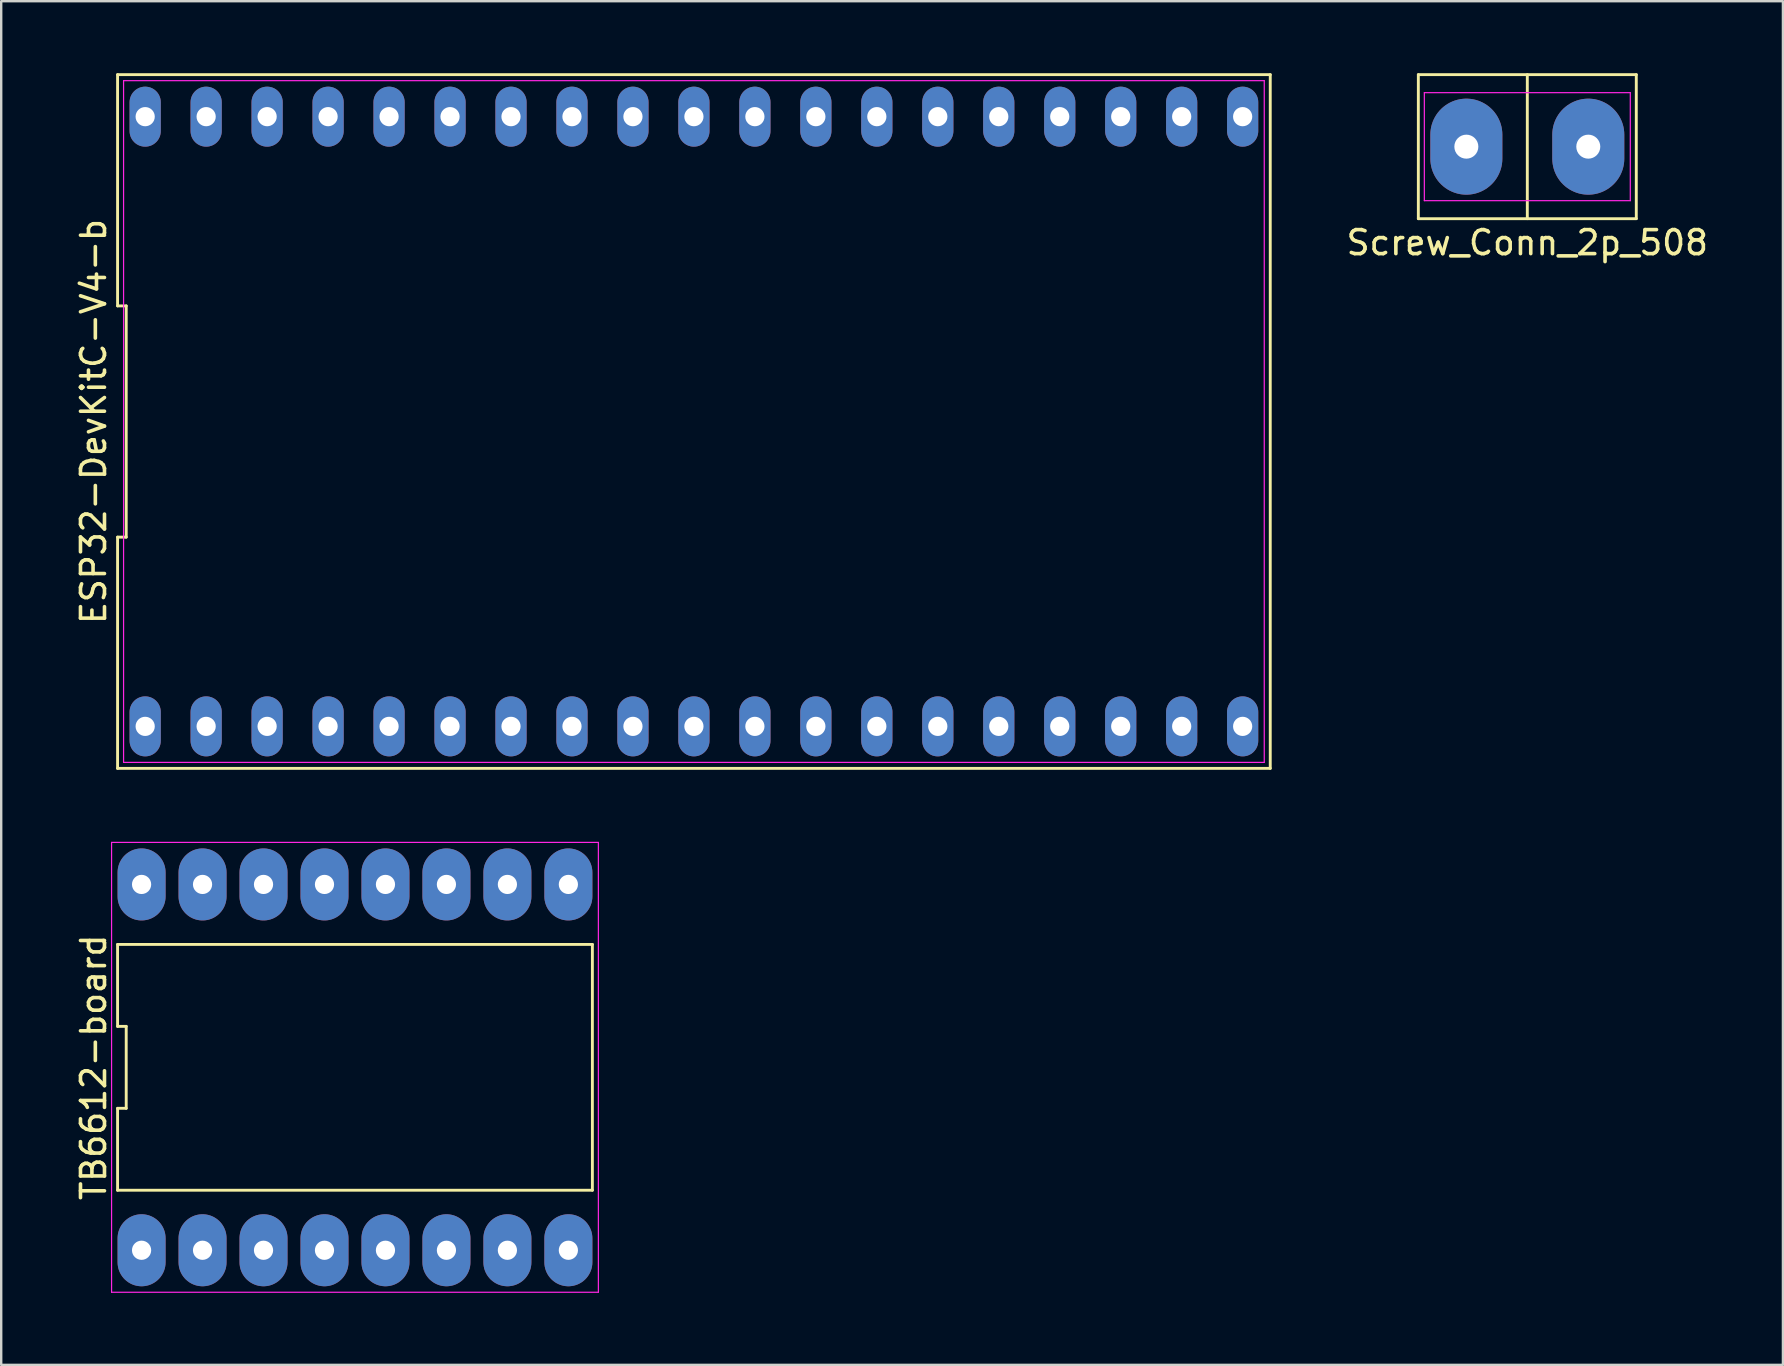
<source format=kicad_pcb>
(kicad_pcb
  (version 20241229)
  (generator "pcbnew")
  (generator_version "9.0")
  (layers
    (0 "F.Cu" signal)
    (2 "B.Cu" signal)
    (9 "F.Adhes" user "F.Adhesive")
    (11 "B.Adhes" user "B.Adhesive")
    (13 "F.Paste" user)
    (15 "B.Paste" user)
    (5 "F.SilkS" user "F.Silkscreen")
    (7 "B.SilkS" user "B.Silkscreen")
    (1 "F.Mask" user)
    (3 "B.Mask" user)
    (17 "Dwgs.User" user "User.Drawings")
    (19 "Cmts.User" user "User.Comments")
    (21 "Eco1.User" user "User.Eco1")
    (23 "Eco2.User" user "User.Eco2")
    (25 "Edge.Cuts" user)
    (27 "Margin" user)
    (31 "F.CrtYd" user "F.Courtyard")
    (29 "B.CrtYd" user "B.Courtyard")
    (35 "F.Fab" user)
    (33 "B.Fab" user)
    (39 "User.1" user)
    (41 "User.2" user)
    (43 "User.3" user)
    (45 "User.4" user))
  (footprint "Screw_Conn_2p_508"
    (layer "F.Cu")
    (at 60.577 3.06)
    (property "Reference" "Screw_Conn_2p_508" (at 0 4 0) (layer "F.SilkS") (effects (font (size 1 1) (thickness 0.15))))
    (attr through_hole)
    (fp_line (start -4.54 -3) (end 4.54 -3) (stroke (width 0.12) (type solid)) (layer "F.SilkS"))
    (fp_line (start -4.54 3) (end -4.54 -3) (stroke (width 0.12) (type solid)) (layer "F.SilkS"))
    (fp_line (start 0 -3) (end 0 3) (stroke (width 0.12) (type solid)) (layer "F.SilkS"))
    (fp_line (start 4.54 -3) (end 4.54 3) (stroke (width 0.12) (type solid)) (layer "F.SilkS"))
    (fp_line (start 4.54 3) (end -4.54 3) (stroke (width 0.12) (type solid)) (layer "F.SilkS"))
    (fp_line (start -4.29 -2.25) (end 4.29 -2.25) (stroke (width 0.05) (type solid)) (layer "F.CrtYd"))
    (fp_line (start -4.29 2.25) (end -4.29 -2.25) (stroke (width 0.05) (type solid)) (layer "F.CrtYd"))
    (fp_line (start 4.29 -2.25) (end 4.29 2.25) (stroke (width 0.05) (type solid)) (layer "F.CrtYd"))
    (fp_line (start 4.29 2.25) (end -4.29 2.25) (stroke (width 0.05) (type solid)) (layer "F.CrtYd"))
    (pad "1" thru_hole oval (at -2.54 0) (size 3 4) (drill 1) (layers "*.Cu" "*.Mask"))
    (pad "2" thru_hole oval (at 2.54 0) (size 3 4) (drill 1) (layers "*.Cu" "*.Mask")))
  (footprint "TB6612-board"
    (layer "F.Cu")
    (at 11.738 41.415)
    (property "Reference" "TB6612-board" (at -10.89 0 90) (layer "F.SilkS") (effects (font (size 1 1) (thickness 0.15))))
    (attr through_hole)
    (fp_line (start -9.89 -5.12) (end -9.89 -1.707) (stroke (width 0.12) (type solid)) (layer "F.SilkS"))
    (fp_line (start -9.89 -1.707) (end -9.53 -1.707) (stroke (width 0.12) (type solid)) (layer "F.SilkS"))
    (fp_line (start -9.89 1.707) (end -9.89 5.12) (stroke (width 0.12) (type solid)) (layer "F.SilkS"))
    (fp_line (start -9.89 5.12) (end 9.89 5.12) (stroke (width 0.12) (type solid)) (layer "F.SilkS"))
    (fp_line (start -9.53 -1.707) (end -9.53 1.707) (stroke (width 0.12) (type solid)) (layer "F.SilkS"))
    (fp_line (start -9.53 1.707) (end -9.89 1.707) (stroke (width 0.12) (type solid)) (layer "F.SilkS"))
    (fp_line (start 9.89 -5.12) (end -9.89 -5.12) (stroke (width 0.12) (type solid)) (layer "F.SilkS"))
    (fp_line (start 9.89 5.12) (end 9.89 -5.12) (stroke (width 0.12) (type solid)) (layer "F.SilkS"))
    (fp_line (start -10.14 -9.37) (end 10.14 -9.37) (stroke (width 0.05) (type solid)) (layer "F.CrtYd"))
    (fp_line (start -10.14 9.37) (end -10.14 -9.37) (stroke (width 0.05) (type solid)) (layer "F.CrtYd"))
    (fp_line (start 10.14 -9.37) (end 10.14 9.37) (stroke (width 0.05) (type solid)) (layer "F.CrtYd"))
    (fp_line (start 10.14 9.37) (end -10.14 9.37) (stroke (width 0.05) (type solid)) (layer "F.CrtYd"))
    (pad "1" thru_hole oval (at -8.89 7.62) (size 2 3) (drill 0.8) (layers "*.Cu" "*.Mask"))
    (pad "2" thru_hole oval (at -6.35 7.62) (size 2 3) (drill 0.8) (layers "*.Cu" "*.Mask"))
    (pad "3" thru_hole oval (at -3.81 7.62) (size 2 3) (drill 0.8) (layers "*.Cu" "*.Mask"))
    (pad "4" thru_hole oval (at -1.27 7.62) (size 2 3) (drill 0.8) (layers "*.Cu" "*.Mask"))
    (pad "5" thru_hole oval (at 1.27 7.62) (size 2 3) (drill 0.8) (layers "*.Cu" "*.Mask"))
    (pad "6" thru_hole oval (at 3.81 7.62) (size 2 3) (drill 0.8) (layers "*.Cu" "*.Mask"))
    (pad "7" thru_hole oval (at 6.35 7.62) (size 2 3) (drill 0.8) (layers "*.Cu" "*.Mask"))
    (pad "8" thru_hole oval (at 8.89 7.62) (size 2 3) (drill 0.8) (layers "*.Cu" "*.Mask"))
    (pad "9" thru_hole oval (at 8.89 -7.62) (size 2 3) (drill 0.8) (layers "*.Cu" "*.Mask"))
    (pad "10" thru_hole oval (at 6.35 -7.62) (size 2 3) (drill 0.8) (layers "*.Cu" "*.Mask"))
    (pad "11" thru_hole oval (at 3.81 -7.62) (size 2 3) (drill 0.8) (layers "*.Cu" "*.Mask"))
    (pad "12" thru_hole oval (at 1.27 -7.62) (size 2 3) (drill 0.8) (layers "*.Cu" "*.Mask"))
    (pad "13" thru_hole oval (at -1.27 -7.62) (size 2 3) (drill 0.8) (layers "*.Cu" "*.Mask"))
    (pad "14" thru_hole oval (at -3.81 -7.62) (size 2 3) (drill 0.8) (layers "*.Cu" "*.Mask"))
    (pad "15" thru_hole oval (at -6.35 -7.62) (size 2 3) (drill 0.8) (layers "*.Cu" "*.Mask"))
    (pad "16" thru_hole oval (at -8.89 -7.62) (size 2 3) (drill 0.8) (layers "*.Cu" "*.Mask")))
  (footprint "ESP32-DevKitC-V4-b"
    (layer "F.Cu")
    (at 25.858 14.51)
    (property "Reference" "ESP32-DevKitC-V4-b" (at -25.01 0 90) (layer "F.SilkS") (effects (font (size 1 1) (thickness 0.15))))
    (attr through_hole)
    (fp_line (start -24.01 -14.45) (end -24.01 -4.817) (stroke (width 0.12) (type solid)) (layer "F.SilkS"))
    (fp_line (start -24.01 -4.817) (end -23.65 -4.817) (stroke (width 0.12) (type solid)) (layer "F.SilkS"))
    (fp_line (start -24.01 4.817) (end -24.01 14.45) (stroke (width 0.12) (type solid)) (layer "F.SilkS"))
    (fp_line (start -24.01 14.45) (end 24.01 14.45) (stroke (width 0.12) (type solid)) (layer "F.SilkS"))
    (fp_line (start -23.65 -4.817) (end -23.65 4.817) (stroke (width 0.12) (type solid)) (layer "F.SilkS"))
    (fp_line (start -23.65 4.817) (end -24.01 4.817) (stroke (width 0.12) (type solid)) (layer "F.SilkS"))
    (fp_line (start 24.01 -14.45) (end -24.01 -14.45) (stroke (width 0.12) (type solid)) (layer "F.SilkS"))
    (fp_line (start 24.01 14.45) (end 24.01 -14.45) (stroke (width 0.12) (type solid)) (layer "F.SilkS"))
    (fp_line (start -23.76 -14.2) (end 23.76 -14.2) (stroke (width 0.05) (type solid)) (layer "F.CrtYd"))
    (fp_line (start -23.76 14.2) (end -23.76 -14.2) (stroke (width 0.05) (type solid)) (layer "F.CrtYd"))
    (fp_line (start 23.76 -14.2) (end 23.76 14.2) (stroke (width 0.05) (type solid)) (layer "F.CrtYd"))
    (fp_line (start 23.76 14.2) (end -23.76 14.2) (stroke (width 0.05) (type solid)) (layer "F.CrtYd"))
    (pad "1" thru_hole oval (at -22.86 12.7) (size 1.3 2.5) (drill 0.8) (layers "*.Cu" "*.Mask"))
    (pad "2" thru_hole oval (at -20.32 12.7) (size 1.3 2.5) (drill 0.8) (layers "*.Cu" "*.Mask"))
    (pad "3" thru_hole oval (at -17.78 12.7) (size 1.3 2.5) (drill 0.8) (layers "*.Cu" "*.Mask"))
    (pad "4" thru_hole oval (at -15.24 12.7) (size 1.3 2.5) (drill 0.8) (layers "*.Cu" "*.Mask"))
    (pad "5" thru_hole oval (at -12.7 12.7) (size 1.3 2.5) (drill 0.8) (layers "*.Cu" "*.Mask"))
    (pad "6" thru_hole oval (at -10.16 12.7) (size 1.3 2.5) (drill 0.8) (layers "*.Cu" "*.Mask"))
    (pad "7" thru_hole oval (at -7.62 12.7) (size 1.3 2.5) (drill 0.8) (layers "*.Cu" "*.Mask"))
    (pad "8" thru_hole oval (at -5.08 12.7) (size 1.3 2.5) (drill 0.8) (layers "*.Cu" "*.Mask"))
    (pad "9" thru_hole oval (at -2.54 12.7) (size 1.3 2.5) (drill 0.8) (layers "*.Cu" "*.Mask"))
    (pad "10" thru_hole oval (at 0 12.7) (size 1.3 2.5) (drill 0.8) (layers "*.Cu" "*.Mask"))
    (pad "11" thru_hole oval (at 2.54 12.7) (size 1.3 2.5) (drill 0.8) (layers "*.Cu" "*.Mask"))
    (pad "12" thru_hole oval (at 5.08 12.7) (size 1.3 2.5) (drill 0.8) (layers "*.Cu" "*.Mask"))
    (pad "13" thru_hole oval (at 7.62 12.7) (size 1.3 2.5) (drill 0.8) (layers "*.Cu" "*.Mask"))
    (pad "14" thru_hole oval (at 10.16 12.7) (size 1.3 2.5) (drill 0.8) (layers "*.Cu" "*.Mask"))
    (pad "15" thru_hole oval (at 12.7 12.7) (size 1.3 2.5) (drill 0.8) (layers "*.Cu" "*.Mask"))
    (pad "16" thru_hole oval (at 15.24 12.7) (size 1.3 2.5) (drill 0.8) (layers "*.Cu" "*.Mask"))
    (pad "17" thru_hole oval (at 17.78 12.7) (size 1.3 2.5) (drill 0.8) (layers "*.Cu" "*.Mask"))
    (pad "18" thru_hole oval (at 20.32 12.7) (size 1.3 2.5) (drill 0.8) (layers "*.Cu" "*.Mask"))
    (pad "19" thru_hole oval (at 22.86 12.7) (size 1.3 2.5) (drill 0.8) (layers "*.Cu" "*.Mask"))
    (pad "20" thru_hole oval (at 22.86 -12.7) (size 1.3 2.5) (drill 0.8) (layers "*.Cu" "*.Mask"))
    (pad "21" thru_hole oval (at 20.32 -12.7) (size 1.3 2.5) (drill 0.8) (layers "*.Cu" "*.Mask"))
    (pad "22" thru_hole oval (at 17.78 -12.7) (size 1.3 2.5) (drill 0.8) (layers "*.Cu" "*.Mask"))
    (pad "23" thru_hole oval (at 15.24 -12.7) (size 1.3 2.5) (drill 0.8) (layers "*.Cu" "*.Mask"))
    (pad "24" thru_hole oval (at 12.7 -12.7) (size 1.3 2.5) (drill 0.8) (layers "*.Cu" "*.Mask"))
    (pad "25" thru_hole oval (at 10.16 -12.7) (size 1.3 2.5) (drill 0.8) (layers "*.Cu" "*.Mask"))
    (pad "26" thru_hole oval (at 7.62 -12.7) (size 1.3 2.5) (drill 0.8) (layers "*.Cu" "*.Mask"))
    (pad "27" thru_hole oval (at 5.08 -12.7) (size 1.3 2.5) (drill 0.8) (layers "*.Cu" "*.Mask"))
    (pad "28" thru_hole oval (at 2.54 -12.7) (size 1.3 2.5) (drill 0.8) (layers "*.Cu" "*.Mask"))
    (pad "29" thru_hole oval (at 0 -12.7) (size 1.3 2.5) (drill 0.8) (layers "*.Cu" "*.Mask"))
    (pad "30" thru_hole oval (at -2.54 -12.7) (size 1.3 2.5) (drill 0.8) (layers "*.Cu" "*.Mask"))
    (pad "31" thru_hole oval (at -5.08 -12.7) (size 1.3 2.5) (drill 0.8) (layers "*.Cu" "*.Mask"))
    (pad "32" thru_hole oval (at -7.62 -12.7) (size 1.3 2.5) (drill 0.8) (layers "*.Cu" "*.Mask"))
    (pad "33" thru_hole oval (at -10.16 -12.7) (size 1.3 2.5) (drill 0.8) (layers "*.Cu" "*.Mask"))
    (pad "34" thru_hole oval (at -12.7 -12.7) (size 1.3 2.5) (drill 0.8) (layers "*.Cu" "*.Mask"))
    (pad "35" thru_hole oval (at -15.24 -12.7) (size 1.3 2.5) (drill 0.8) (layers "*.Cu" "*.Mask"))
    (pad "36" thru_hole oval (at -17.78 -12.7) (size 1.3 2.5) (drill 0.8) (layers "*.Cu" "*.Mask"))
    (pad "37" thru_hole oval (at -20.32 -12.7) (size 1.3 2.5) (drill 0.8) (layers "*.Cu" "*.Mask"))
    (pad "38" thru_hole oval (at -22.86 -12.7) (size 1.3 2.5) (drill 0.8) (layers "*.Cu" "*.Mask")))
  (gr_rect
    (start -3 -3)
    (end 71.226 53.81)
    (stroke (width 0.1) (type default))
    (fill no)
    (layer "Edge.Cuts")))
</source>
